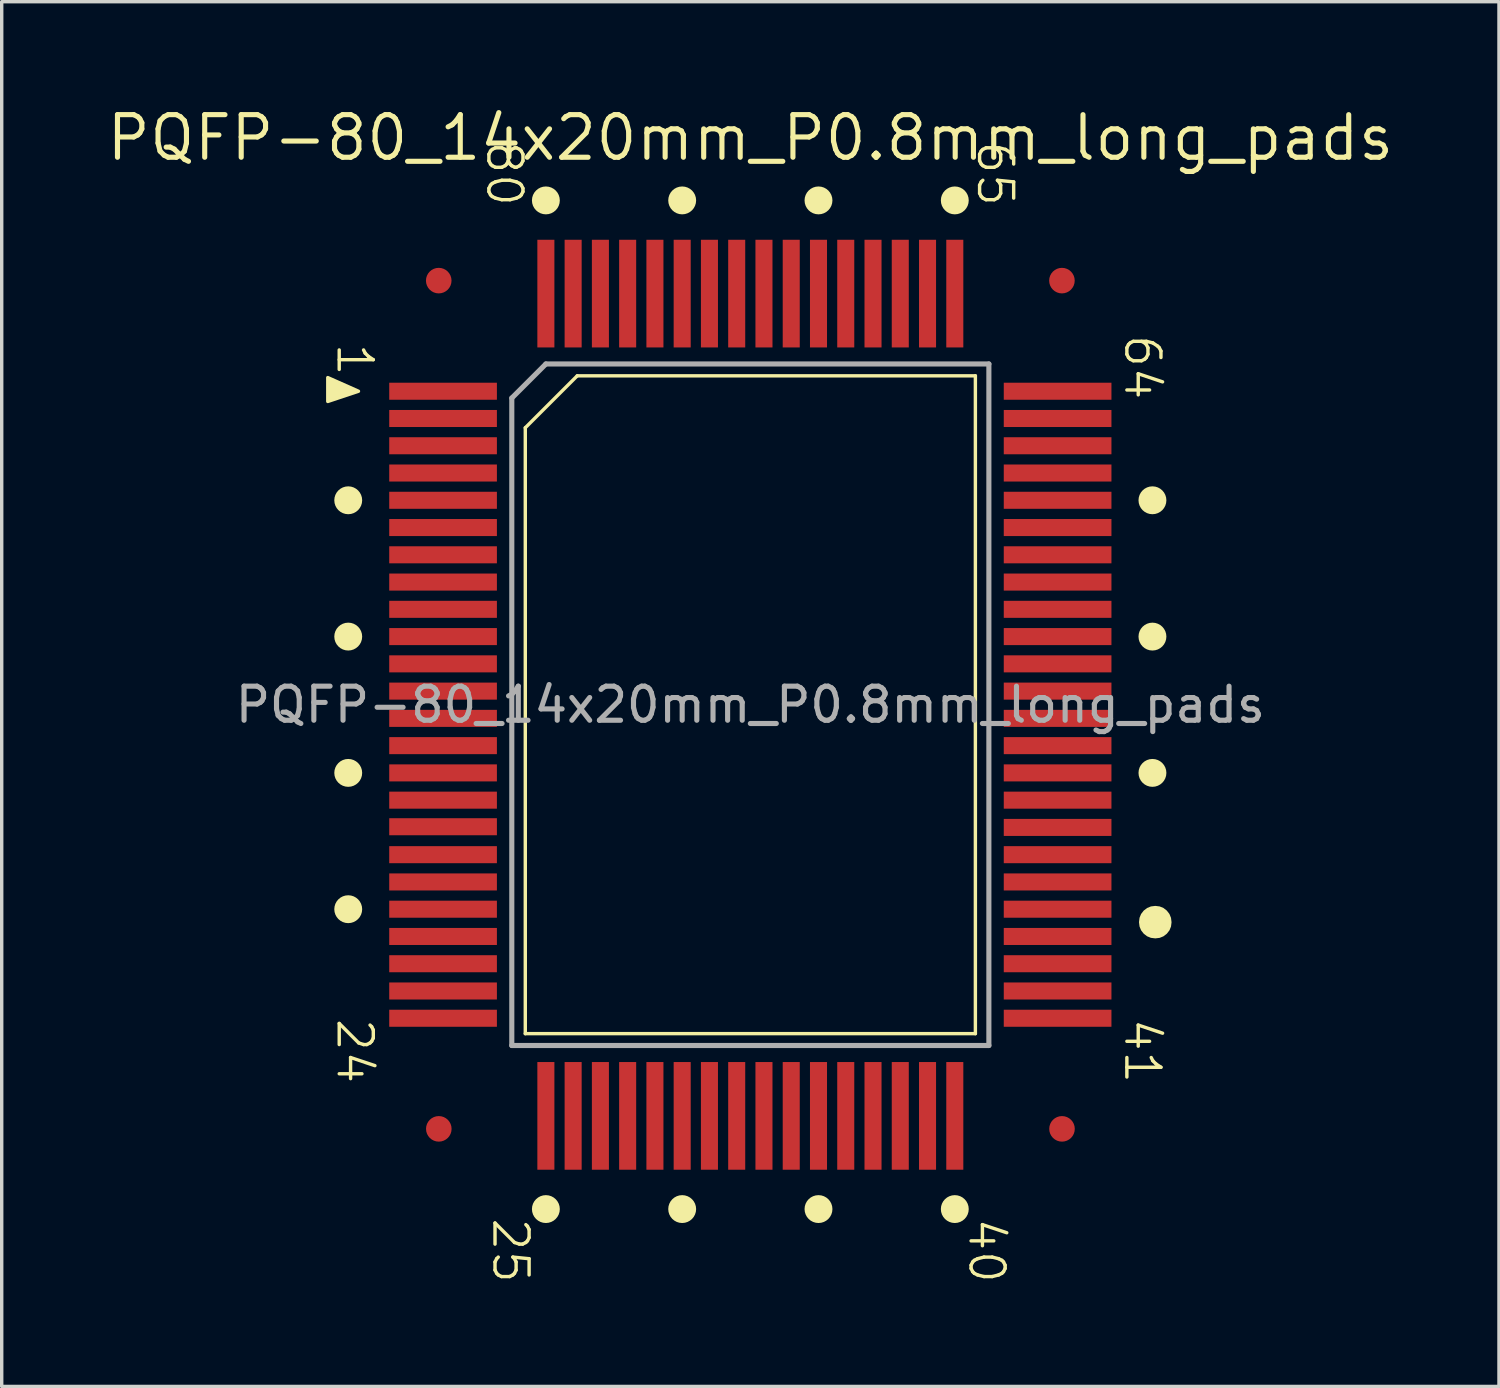
<source format=kicad_pcb>
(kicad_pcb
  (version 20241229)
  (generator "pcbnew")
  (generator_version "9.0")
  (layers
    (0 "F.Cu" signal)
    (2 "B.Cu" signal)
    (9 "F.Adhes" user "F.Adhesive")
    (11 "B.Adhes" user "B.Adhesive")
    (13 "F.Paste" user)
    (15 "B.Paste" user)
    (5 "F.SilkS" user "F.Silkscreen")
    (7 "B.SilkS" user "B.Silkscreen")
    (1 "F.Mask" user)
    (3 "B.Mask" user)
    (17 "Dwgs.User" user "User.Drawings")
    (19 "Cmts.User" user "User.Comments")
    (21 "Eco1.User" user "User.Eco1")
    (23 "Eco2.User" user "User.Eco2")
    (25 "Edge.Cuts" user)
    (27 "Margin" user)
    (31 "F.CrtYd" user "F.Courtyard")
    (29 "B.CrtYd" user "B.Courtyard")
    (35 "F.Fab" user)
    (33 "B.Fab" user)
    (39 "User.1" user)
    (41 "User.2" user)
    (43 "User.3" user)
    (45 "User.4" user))
  (footprint "PQFP-80_14x20mm_P0.8mm_long_pads"
    (layer "F.Cu")
    (at 18.969 17.631)
    (property "Reference" "PQFP-80_14x20mm_P0.8mm_long_pads" (at 0 -16.637 0) (layer "F.SilkS") (effects (font (size 1.25 1.25) (thickness 0.15))))
    (attr smd)
    (fp_rect (start -7.622 -13.946) (end -10.622 -10.946) (stroke (width 0) (type solid)) (fill yes) (layer "F.Mask"))
    (fp_rect (start -7.62 10.946) (end -10.62 13.946) (stroke (width 0) (type solid)) (fill yes) (layer "F.Mask"))
    (fp_rect (start 10.666 -13.946) (end 7.666 -10.946) (stroke (width 0) (type solid)) (fill yes) (layer "F.Mask"))
    (fp_rect (start 10.668 10.946) (end 7.668 13.946) (stroke (width 0) (type solid)) (fill yes) (layer "F.Mask"))
    (fp_line (start -6.604 -8.128) (end -5.08 -9.652) (stroke (width 0.1) (type solid)) (layer "F.SilkS"))
    (fp_line (start -6.604 9.652) (end -6.604 -8.128) (stroke (width 0.1) (type solid)) (layer "F.SilkS"))
    (fp_line (start -5.08 -9.652) (end 6.604 -9.652) (stroke (width 0.1) (type solid)) (layer "F.SilkS"))
    (fp_line (start 6.604 -9.652) (end 6.604 9.652) (stroke (width 0.1) (type solid)) (layer "F.SilkS"))
    (fp_line (start 6.604 9.652) (end -6.604 9.652) (stroke (width 0.1) (type solid)) (layer "F.SilkS"))
    (fp_circle (center -11.8 -6) (end -11.8 -5.641) (stroke (width 0.1) (type solid)) (fill yes) (layer "F.SilkS"))
    (fp_circle (center -11.8 -2) (end -11.8 -1.641) (stroke (width 0.1) (type solid)) (fill yes) (layer "F.SilkS"))
    (fp_circle (center -11.8 2) (end -11.8 2.359) (stroke (width 0.1) (type solid)) (fill yes) (layer "F.SilkS"))
    (fp_circle (center -11.8 6) (end -11.8 6.359) (stroke (width 0.1) (type solid)) (fill yes) (layer "F.SilkS"))
    (fp_circle (center -6 -14.8) (end -6 -14.441) (stroke (width 0.1) (type solid)) (fill yes) (layer "F.SilkS"))
    (fp_circle (center -6 14.8) (end -6 15.159) (stroke (width 0.1) (type solid)) (fill yes) (layer "F.SilkS"))
    (fp_circle (center -2 -14.8) (end -2 -14.441) (stroke (width 0.1) (type solid)) (fill yes) (layer "F.SilkS"))
    (fp_circle (center -2 14.8) (end -2 15.159) (stroke (width 0.1) (type solid)) (fill yes) (layer "F.SilkS"))
    (fp_circle (center 2 -14.8) (end 2 -14.441) (stroke (width 0.1) (type solid)) (fill yes) (layer "F.SilkS"))
    (fp_circle (center 2 14.8) (end 2 15.159) (stroke (width 0.1) (type solid)) (fill yes) (layer "F.SilkS"))
    (fp_circle (center 6 -14.8) (end 6 -14.441) (stroke (width 0.1) (type solid)) (fill yes) (layer "F.SilkS"))
    (fp_circle (center 6 14.8) (end 6 15.159) (stroke (width 0.1) (type solid)) (fill yes) (layer "F.SilkS"))
    (fp_circle (center 11.8 -6) (end 11.8 -5.641) (stroke (width 0.1) (type solid)) (fill yes) (layer "F.SilkS"))
    (fp_circle (center 11.8 -2) (end 11.8 -1.641) (stroke (width 0.1) (type solid)) (fill yes) (layer "F.SilkS"))
    (fp_circle (center 11.8 2) (end 11.8 2.359) (stroke (width 0.1) (type solid)) (fill yes) (layer "F.SilkS"))
    (fp_poly (pts (xy -11.5 -9.2) (xy -12.4 -9.6) (xy -12.4 -8.9)) (stroke (width 0.1) (type solid)) (fill yes) (layer "F.SilkS"))
    (fp_line (start -7 -9) (end -6 -10) (stroke (width 0.15) (type solid)) (layer "F.Fab"))
    (fp_line (start -7 10) (end -7 -9) (stroke (width 0.15) (type solid)) (layer "F.Fab"))
    (fp_line (start -6 -10) (end 7 -10) (stroke (width 0.15) (type solid)) (layer "F.Fab"))
    (fp_line (start 7 -10) (end 7 10) (stroke (width 0.15) (type solid)) (layer "F.Fab"))
    (fp_line (start 7 10) (end -7 10) (stroke (width 0.15) (type solid)) (layer "F.Fab"))
    (fp_text user "25" (at -7.62 15 270) (unlocked yes) (layer "F.SilkS") (effects (font (size 1 1) (thickness 0.1)) (justify left bottom)))
    (fp_text user "41" (at 10.922 9.144 270) (unlocked yes) (layer "F.SilkS") (effects (font (size 1 1) (thickness 0.1)) (justify left bottom)))
    (fp_text user "•" (at 10.262 5.41 270) (unlocked yes) (layer "F.SilkS") (effects (font (face "Arial") (size 2.35 2.35) (thickness 0.1)) (justify left bottom)))
    (fp_text user "40" (at 6.35 15 270) (unlocked yes) (layer "F.SilkS") (effects (font (size 1 1) (thickness 0.1)) (justify left bottom)))
    (fp_text user "24" (at -12.192 9.144 270) (unlocked yes) (layer "F.SilkS") (effects (font (size 1 1) (thickness 0.1)) (justify left bottom)))
    (fp_text user "65" (at 6.6 -16.6 270) (unlocked yes) (layer "F.SilkS") (effects (font (size 1 1) (thickness 0.1)) (justify left bottom)))
    (fp_text user "1" (at -12.192 -10.668 270) (unlocked yes) (layer "F.SilkS") (effects (font (size 1 1) (thickness 0.1)) (justify left bottom)))
    (fp_text user "80" (at -7.8 -16.6 270) (unlocked yes) (layer "F.SilkS") (effects (font (size 1 1) (thickness 0.1)) (justify left bottom)))
    (fp_text user "64" (at 10.922 -10.922 270) (unlocked yes) (layer "F.SilkS") (effects (font (size 1 1) (thickness 0.1)) (justify left bottom)))
    (fp_text user "${REFERENCE}" (at 0 0 0) (layer "F.Fab") (effects (font (size 1 1) (thickness 0.15))))
    (pad "" smd circle (at -9.144 -12.446 270) (size 0.75 0.75) (layers "F.Cu" "F.Mask" "F.Paste"))
    (pad "" smd circle (at -9.142 12.446 270) (size 0.75 0.75) (layers "F.Cu" "F.Mask" "F.Paste"))
    (pad "" smd circle (at 9.144 -12.446 270) (size 0.75 0.75) (layers "F.Cu" "F.Mask" "F.Paste"))
    (pad "" smd circle (at 9.146 12.446 270) (size 0.75 0.75) (layers "F.Cu" "F.Mask" "F.Paste"))
    (pad "1" smd rect (at -9.017 -9.2) (size 3.16 0.5) (layers "F.Cu" "F.Mask" "F.Paste"))
    (pad "2" smd rect (at -9.017 -8.4) (size 3.16 0.5) (layers "F.Cu" "F.Mask" "F.Paste"))
    (pad "3" smd rect (at -9.017 -7.6) (size 3.16 0.5) (layers "F.Cu" "F.Mask" "F.Paste"))
    (pad "4" smd rect (at -9.017 -6.8) (size 3.16 0.5) (layers "F.Cu" "F.Mask" "F.Paste"))
    (pad "5" smd rect (at -9.017 -6) (size 3.16 0.5) (layers "F.Cu" "F.Mask" "F.Paste"))
    (pad "6" smd rect (at -9.017 -5.2) (size 3.16 0.5) (layers "F.Cu" "F.Mask" "F.Paste"))
    (pad "7" smd rect (at -9.017 -4.4) (size 3.16 0.5) (layers "F.Cu" "F.Mask" "F.Paste"))
    (pad "8" smd rect (at -9.017 -3.6) (size 3.16 0.5) (layers "F.Cu" "F.Mask" "F.Paste"))
    (pad "9" smd rect (at -9.017 -2.8) (size 3.16 0.5) (layers "F.Cu" "F.Mask" "F.Paste"))
    (pad "10" smd rect (at -9.017 -2) (size 3.16 0.5) (layers "F.Cu" "F.Mask" "F.Paste"))
    (pad "11" smd rect (at -9.017 -1.2) (size 3.16 0.5) (layers "F.Cu" "F.Mask" "F.Paste"))
    (pad "12" smd rect (at -9.017 -0.4) (size 3.16 0.5) (layers "F.Cu" "F.Mask" "F.Paste"))
    (pad "13" smd rect (at -9.017 0.4) (size 3.16 0.5) (layers "F.Cu" "F.Mask" "F.Paste"))
    (pad "14" smd rect (at -9.017 1.2) (size 3.16 0.5) (layers "F.Cu" "F.Mask" "F.Paste"))
    (pad "15" smd rect (at -9.017 2) (size 3.16 0.5) (layers "F.Cu" "F.Mask" "F.Paste"))
    (pad "16" smd rect (at -9.017 2.8) (size 3.16 0.5) (layers "F.Cu" "F.Mask" "F.Paste"))
    (pad "17" smd rect (at -9.017 3.58) (size 3.16 0.5) (layers "F.Cu" "F.Mask" "F.Paste"))
    (pad "18" smd rect (at -9.017 4.4) (size 3.16 0.5) (layers "F.Cu" "F.Mask" "F.Paste"))
    (pad "19" smd rect (at -9.017 5.2) (size 3.16 0.5) (layers "F.Cu" "F.Mask" "F.Paste"))
    (pad "20" smd rect (at -9.017 6) (size 3.16 0.5) (layers "F.Cu" "F.Mask" "F.Paste"))
    (pad "21" smd rect (at -9.017 6.8) (size 3.16 0.5) (layers "F.Cu" "F.Mask" "F.Paste"))
    (pad "22" smd rect (at -9.017 7.6) (size 3.16 0.5) (layers "F.Cu" "F.Mask" "F.Paste"))
    (pad "23" smd rect (at -9.017 8.4) (size 3.16 0.5) (layers "F.Cu" "F.Mask" "F.Paste"))
    (pad "24" smd rect (at -9.017 9.2) (size 3.16 0.5) (layers "F.Cu" "F.Mask" "F.Paste"))
    (pad "25" smd rect (at -6 12.065 90) (size 3.16 0.5) (layers "F.Cu" "F.Mask" "F.Paste"))
    (pad "26" smd rect (at -5.2 12.065 90) (size 3.16 0.5) (layers "F.Cu" "F.Mask" "F.Paste"))
    (pad "27" smd rect (at -4.4 12.065 90) (size 3.16 0.5) (layers "F.Cu" "F.Mask" "F.Paste"))
    (pad "28" smd rect (at -3.6 12.065 90) (size 3.16 0.5) (layers "F.Cu" "F.Mask" "F.Paste"))
    (pad "29" smd rect (at -2.8 12.065 90) (size 3.16 0.5) (layers "F.Cu" "F.Mask" "F.Paste"))
    (pad "30" smd rect (at -2 12.065 90) (size 3.16 0.5) (layers "F.Cu" "F.Mask" "F.Paste"))
    (pad "31" smd rect (at -1.2 12.065 90) (size 3.16 0.5) (layers "F.Cu" "F.Mask" "F.Paste"))
    (pad "32" smd rect (at -0.4 12.065 90) (size 3.16 0.5) (layers "F.Cu" "F.Mask" "F.Paste"))
    (pad "33" smd rect (at 0.4 12.065 90) (size 3.16 0.5) (layers "F.Cu" "F.Mask" "F.Paste"))
    (pad "34" smd rect (at 1.2 12.065 90) (size 3.16 0.5) (layers "F.Cu" "F.Mask" "F.Paste"))
    (pad "35" smd rect (at 2 12.065 90) (size 3.16 0.5) (layers "F.Cu" "F.Mask" "F.Paste"))
    (pad "36" smd rect (at 2.8 12.065 90) (size 3.16 0.5) (layers "F.Cu" "F.Mask" "F.Paste"))
    (pad "37" smd rect (at 3.6 12.065 90) (size 3.16 0.5) (layers "F.Cu" "F.Mask" "F.Paste"))
    (pad "38" smd rect (at 4.4 12.065 90) (size 3.16 0.5) (layers "F.Cu" "F.Mask" "F.Paste"))
    (pad "39" smd rect (at 5.2 12.065 90) (size 3.16 0.5) (layers "F.Cu" "F.Mask" "F.Paste"))
    (pad "40" smd rect (at 6 12.065 90) (size 3.16 0.5) (layers "F.Cu" "F.Mask" "F.Paste"))
    (pad "41" smd rect (at 9.017 9.2) (size 3.16 0.5) (layers "F.Cu" "F.Mask" "F.Paste"))
    (pad "42" smd rect (at 9.017 8.4) (size 3.16 0.5) (layers "F.Cu" "F.Mask" "F.Paste"))
    (pad "43" smd rect (at 9.017 7.6) (size 3.16 0.5) (layers "F.Cu" "F.Mask" "F.Paste"))
    (pad "44" smd rect (at 9.017 6.8) (size 3.16 0.5) (layers "F.Cu" "F.Mask" "F.Paste"))
    (pad "45" smd rect (at 9.017 6) (size 3.16 0.5) (layers "F.Cu" "F.Mask" "F.Paste"))
    (pad "46" smd rect (at 9.017 5.2) (size 3.16 0.5) (layers "F.Cu" "F.Mask" "F.Paste"))
    (pad "47" smd rect (at 9.017 4.4) (size 3.16 0.5) (layers "F.Cu" "F.Mask" "F.Paste"))
    (pad "48" smd rect (at 9.017 3.6) (size 3.16 0.5) (layers "F.Cu" "F.Mask" "F.Paste"))
    (pad "49" smd rect (at 9.017 2.8) (size 3.16 0.5) (layers "F.Cu" "F.Mask" "F.Paste"))
    (pad "50" smd rect (at 9.017 2) (size 3.16 0.5) (layers "F.Cu" "F.Mask" "F.Paste"))
    (pad "51" smd rect (at 9.017 1.2) (size 3.16 0.5) (layers "F.Cu" "F.Mask" "F.Paste"))
    (pad "52" smd rect (at 9.017 0.4) (size 3.16 0.5) (layers "F.Cu" "F.Mask" "F.Paste"))
    (pad "53" smd rect (at 9.017 -0.4) (size 3.16 0.5) (layers "F.Cu" "F.Mask" "F.Paste"))
    (pad "54" smd rect (at 9.017 -1.2) (size 3.16 0.5) (layers "F.Cu" "F.Mask" "F.Paste"))
    (pad "55" smd rect (at 9.017 -2) (size 3.16 0.5) (layers "F.Cu" "F.Mask" "F.Paste"))
    (pad "56" smd rect (at 9.017 -2.8) (size 3.16 0.5) (layers "F.Cu" "F.Mask" "F.Paste"))
    (pad "57" smd rect (at 9.017 -3.6) (size 3.16 0.5) (layers "F.Cu" "F.Mask" "F.Paste"))
    (pad "58" smd rect (at 9.017 -4.4) (size 3.16 0.5) (layers "F.Cu" "F.Mask" "F.Paste"))
    (pad "59" smd rect (at 9.017 -5.2) (size 3.16 0.5) (layers "F.Cu" "F.Mask" "F.Paste"))
    (pad "60" smd rect (at 9.017 -6) (size 3.16 0.5) (layers "F.Cu" "F.Mask" "F.Paste"))
    (pad "61" smd rect (at 9.017 -6.8) (size 3.16 0.5) (layers "F.Cu" "F.Mask" "F.Paste"))
    (pad "62" smd rect (at 9.017 -7.6) (size 3.16 0.5) (layers "F.Cu" "F.Mask" "F.Paste"))
    (pad "63" smd rect (at 9.017 -8.4) (size 3.16 0.5) (layers "F.Cu" "F.Mask" "F.Paste"))
    (pad "64" smd rect (at 9.017 -9.2) (size 3.16 0.5) (layers "F.Cu" "F.Mask" "F.Paste"))
    (pad "65" smd rect (at 6 -12.065 90) (size 3.16 0.5) (layers "F.Cu" "F.Mask" "F.Paste"))
    (pad "66" smd rect (at 5.2 -12.065 90) (size 3.16 0.5) (layers "F.Cu" "F.Mask" "F.Paste"))
    (pad "67" smd rect (at 4.4 -12.065 90) (size 3.16 0.5) (layers "F.Cu" "F.Mask" "F.Paste"))
    (pad "68" smd rect (at 3.6 -12.065 90) (size 3.16 0.5) (layers "F.Cu" "F.Mask" "F.Paste"))
    (pad "69" smd rect (at 2.8 -12.065 90) (size 3.16 0.5) (layers "F.Cu" "F.Mask" "F.Paste"))
    (pad "70" smd rect (at 2 -12.065 90) (size 3.16 0.5) (layers "F.Cu" "F.Mask" "F.Paste"))
    (pad "71" smd rect (at 1.2 -12.065 90) (size 3.16 0.5) (layers "F.Cu" "F.Mask" "F.Paste"))
    (pad "72" smd rect (at 0.4 -12.065 90) (size 3.16 0.5) (layers "F.Cu" "F.Mask" "F.Paste"))
    (pad "73" smd rect (at -0.4 -12.065 90) (size 3.16 0.5) (layers "F.Cu" "F.Mask" "F.Paste"))
    (pad "74" smd rect (at -1.2 -12.065 90) (size 3.16 0.5) (layers "F.Cu" "F.Mask" "F.Paste"))
    (pad "75" smd rect (at -2 -12.065 90) (size 3.16 0.5) (layers "F.Cu" "F.Mask" "F.Paste"))
    (pad "76" smd rect (at -2.8 -12.065 90) (size 3.16 0.5) (layers "F.Cu" "F.Mask" "F.Paste"))
    (pad "77" smd rect (at -3.6 -12.065 90) (size 3.16 0.5) (layers "F.Cu" "F.Mask" "F.Paste"))
    (pad "78" smd rect (at -4.4 -12.065 90) (size 3.16 0.5) (layers "F.Cu" "F.Mask" "F.Paste"))
    (pad "79" smd rect (at -5.2 -12.065 90) (size 3.16 0.5) (layers "F.Cu" "F.Mask" "F.Paste"))
    (pad "80" smd rect (at -6 -12.065 90) (size 3.16 0.5) (layers "F.Cu" "F.Mask" "F.Paste")))
  (gr_rect
    (start -3 -3)
    (end 40.938 37.636)
    (stroke (width 0.1) (type default))
    (fill no)
    (layer "Edge.Cuts")))
</source>
